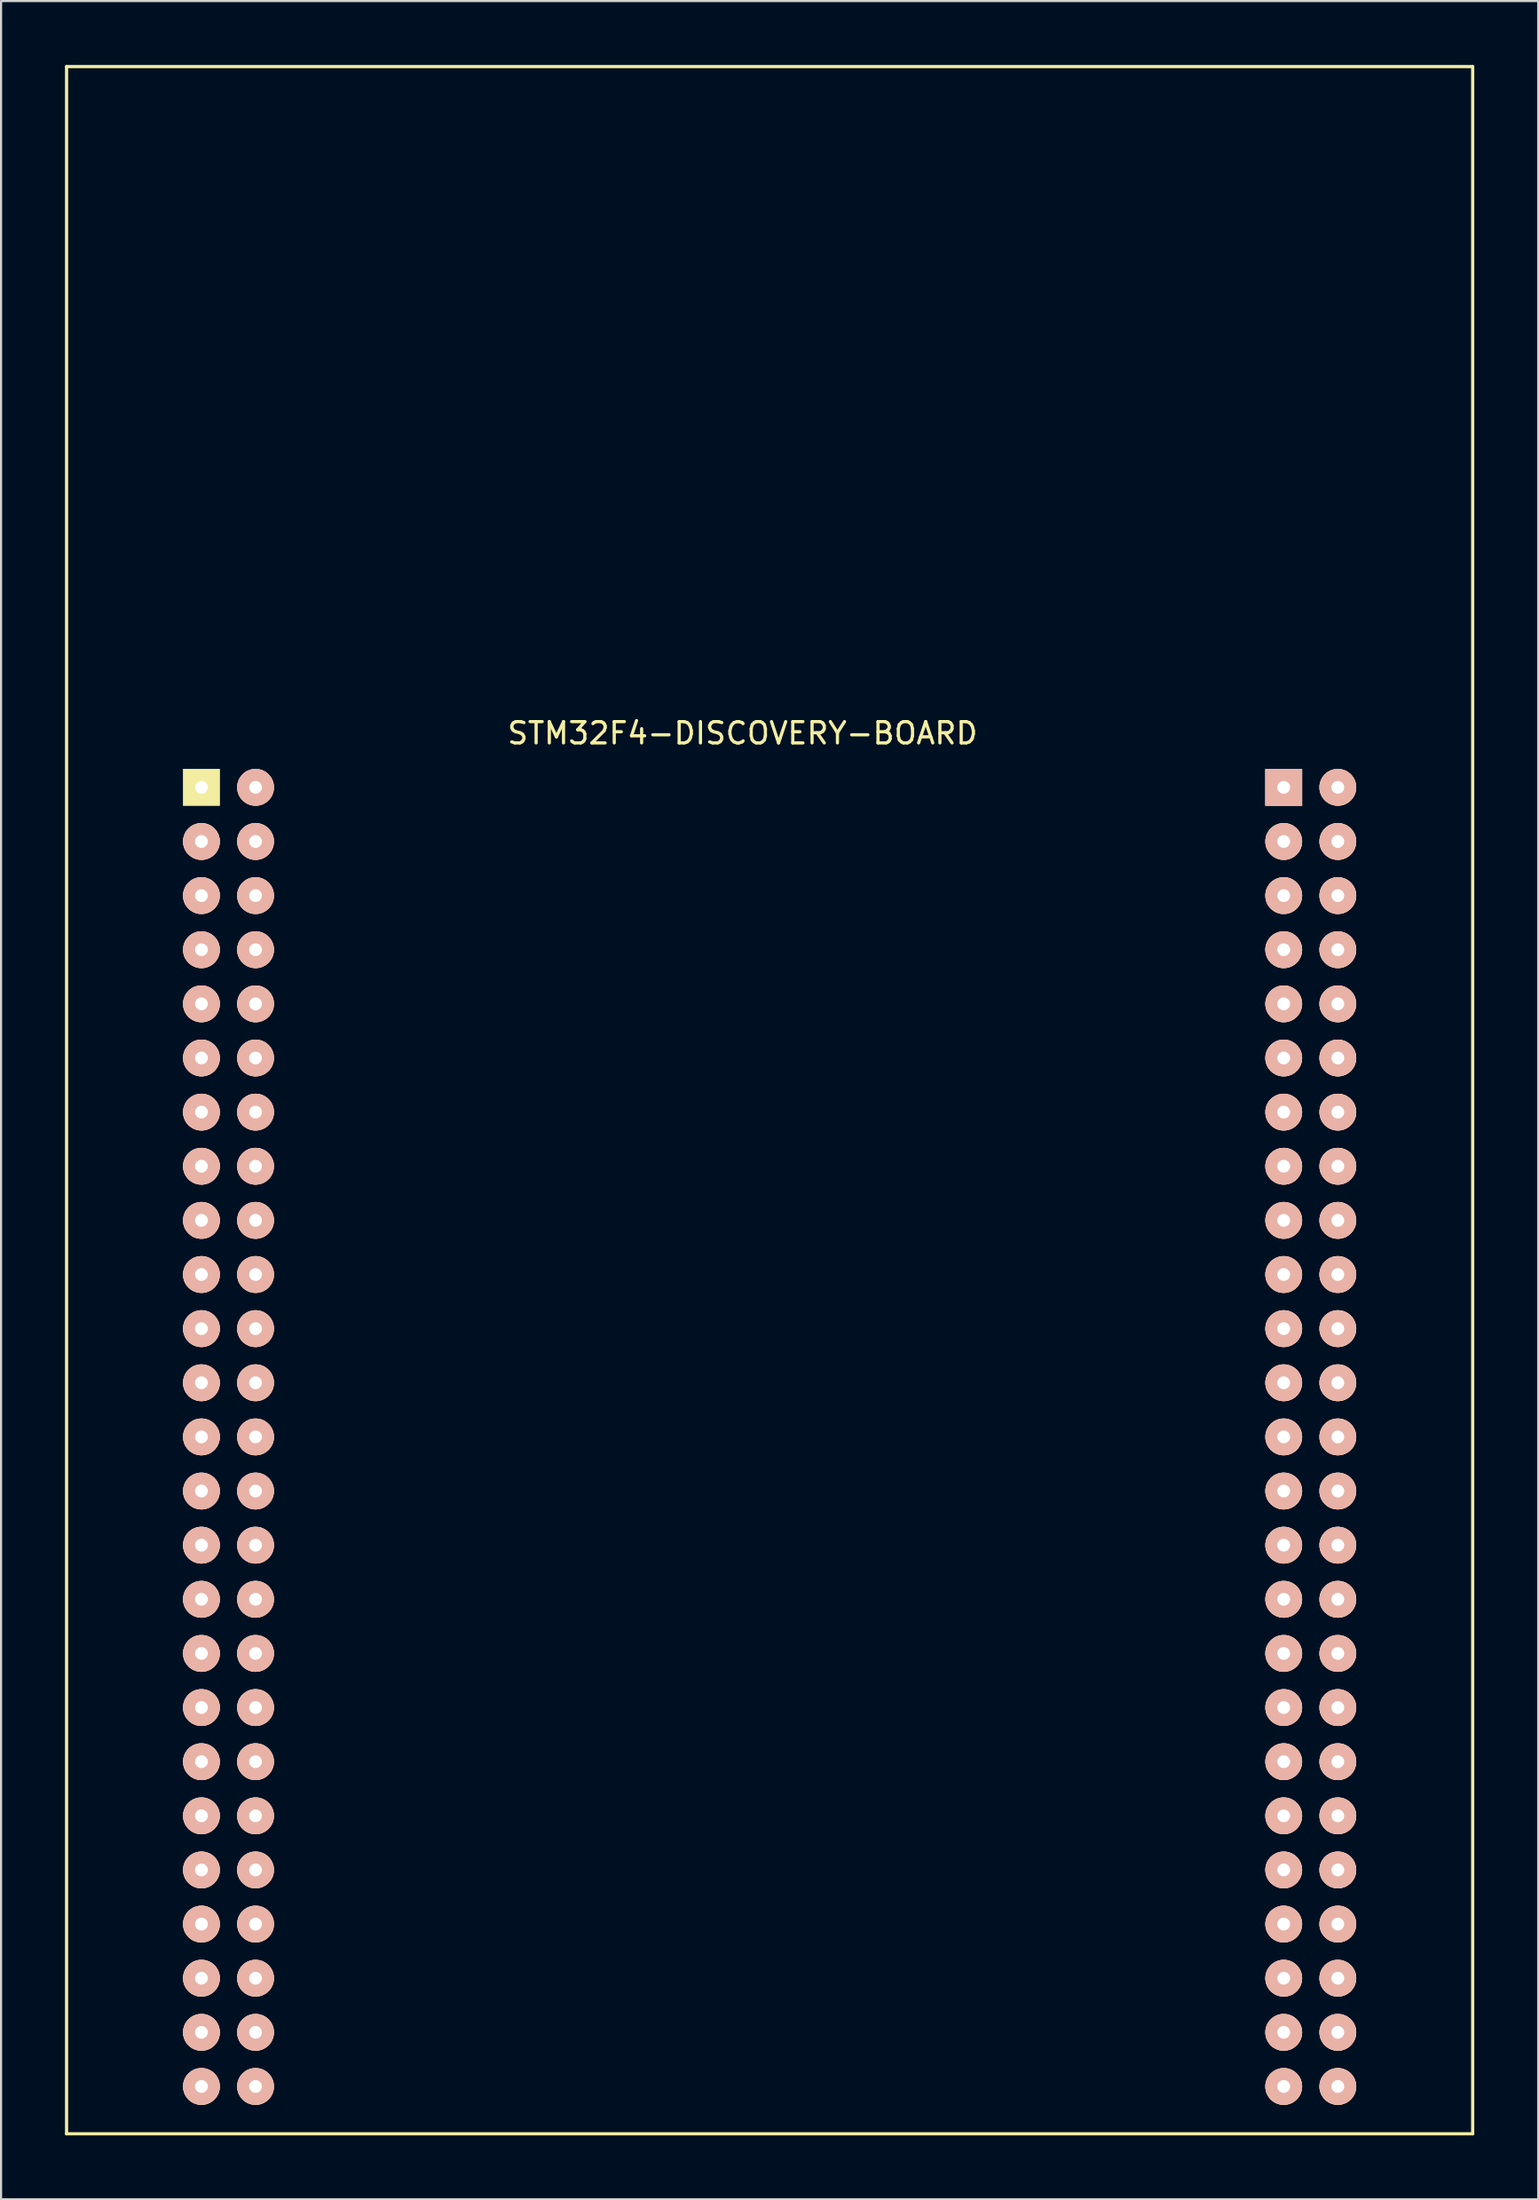
<source format=kicad_pcb>
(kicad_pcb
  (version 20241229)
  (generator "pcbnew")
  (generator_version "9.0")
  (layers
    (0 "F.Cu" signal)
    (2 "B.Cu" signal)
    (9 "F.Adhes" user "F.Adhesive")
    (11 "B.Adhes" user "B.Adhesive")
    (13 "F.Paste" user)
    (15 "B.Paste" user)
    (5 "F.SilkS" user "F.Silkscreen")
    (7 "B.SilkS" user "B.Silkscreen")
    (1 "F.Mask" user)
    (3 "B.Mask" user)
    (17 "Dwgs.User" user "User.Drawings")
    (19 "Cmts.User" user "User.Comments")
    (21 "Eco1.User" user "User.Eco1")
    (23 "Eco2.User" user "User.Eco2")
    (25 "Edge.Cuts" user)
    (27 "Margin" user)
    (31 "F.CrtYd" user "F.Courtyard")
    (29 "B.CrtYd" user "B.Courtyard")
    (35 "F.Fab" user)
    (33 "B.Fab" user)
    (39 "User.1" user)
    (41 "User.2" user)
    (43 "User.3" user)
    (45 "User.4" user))
  (footprint "STM32F4-DISCOVERY-BOARD"
    (layer "F.Cu")
    (at 6.405 33.895)
    (property "Reference" "STM32F4-DISCOVERY-BOARD" (at 25.4 -2.54 0) (layer "F.SilkS") (effects (font (size 1 1) (thickness 0.15))))
    (attr through_hole)
    (fp_line (start -6.33 -33.82) (end 59.67 -33.82) (stroke (width 0.15) (type solid)) (layer "F.SilkS"))
    (fp_line (start -6.33 63.18) (end -6.33 -33.82) (stroke (width 0.15) (type solid)) (layer "F.SilkS"))
    (fp_line (start 59.67 -33.82) (end 59.67 63.18) (stroke (width 0.15) (type solid)) (layer "F.SilkS"))
    (fp_line (start 59.67 63.18) (end -6.33 63.18) (stroke (width 0.15) (type solid)) (layer "F.SilkS"))
    (pad "1" thru_hole rect (at 0 0) (size 1.727 1.727) (drill 0.6) (layers "F.Mask" "B.Cu" "F.SilkS" "F.Paste"))
    (pad "2" thru_hole oval (at 2.54 0) (size 1.727 1.727) (drill 0.6) (layers "*.Paste" "*.SilkS" "*.Mask" "B.Cu"))
    (pad "3" thru_hole oval (at 0 2.54) (size 1.727 1.727) (drill 0.6) (layers "*.Paste" "*.SilkS" "*.Mask" "B.Cu"))
    (pad "4" thru_hole oval (at 2.54 2.54) (size 1.727 1.727) (drill 0.6) (layers "*.Paste" "*.SilkS" "*.Mask" "B.Cu"))
    (pad "5" thru_hole oval (at 0 5.08) (size 1.727 1.727) (drill 0.6) (layers "*.Paste" "*.SilkS" "*.Mask" "B.Cu"))
    (pad "6" thru_hole oval (at 2.54 5.08) (size 1.727 1.727) (drill 0.6) (layers "*.Paste" "*.SilkS" "*.Mask" "B.Cu"))
    (pad "7" thru_hole oval (at 0 7.62) (size 1.727 1.727) (drill 0.6) (layers "*.Paste" "*.SilkS" "*.Mask" "B.Cu"))
    (pad "8" thru_hole oval (at 2.54 7.62) (size 1.727 1.727) (drill 0.6) (layers "*.Paste" "*.SilkS" "*.Mask" "B.Cu"))
    (pad "9" thru_hole oval (at 0 10.16) (size 1.727 1.727) (drill 0.6) (layers "*.Paste" "*.SilkS" "*.Mask" "B.Cu"))
    (pad "10" thru_hole oval (at 2.54 10.16) (size 1.727 1.727) (drill 0.6) (layers "*.Paste" "*.SilkS" "*.Mask" "B.Cu"))
    (pad "11" thru_hole oval (at 0 12.7) (size 1.727 1.727) (drill 0.6) (layers "*.Paste" "*.SilkS" "*.Mask" "B.Cu"))
    (pad "12" thru_hole oval (at 2.54 12.7) (size 1.727 1.727) (drill 0.6) (layers "*.Paste" "*.SilkS" "*.Mask" "B.Cu"))
    (pad "13" thru_hole oval (at 0 15.24) (size 1.727 1.727) (drill 0.6) (layers "*.Paste" "*.SilkS" "*.Mask" "B.Cu"))
    (pad "14" thru_hole oval (at 2.54 15.24) (size 1.727 1.727) (drill 0.6) (layers "*.Paste" "*.SilkS" "*.Mask" "B.Cu"))
    (pad "15" thru_hole oval (at 0 17.78) (size 1.727 1.727) (drill 0.6) (layers "*.Paste" "*.SilkS" "*.Mask" "B.Cu"))
    (pad "16" thru_hole oval (at 2.54 17.78) (size 1.727 1.727) (drill 0.6) (layers "*.Paste" "*.SilkS" "*.Mask" "B.Cu"))
    (pad "17" thru_hole oval (at 0 20.32) (size 1.727 1.727) (drill 0.6) (layers "*.Paste" "*.SilkS" "*.Mask" "B.Cu"))
    (pad "18" thru_hole oval (at 2.54 20.32) (size 1.727 1.727) (drill 0.6) (layers "*.Paste" "*.SilkS" "*.Mask" "B.Cu"))
    (pad "19" thru_hole oval (at 0 22.86) (size 1.727 1.727) (drill 0.6) (layers "*.Paste" "*.SilkS" "*.Mask" "B.Cu"))
    (pad "20" thru_hole oval (at 2.54 22.86) (size 1.727 1.727) (drill 0.6) (layers "*.Paste" "*.SilkS" "*.Mask" "B.Cu"))
    (pad "21" thru_hole oval (at 0 25.4) (size 1.727 1.727) (drill 0.6) (layers "*.Paste" "*.SilkS" "*.Mask" "B.Cu"))
    (pad "22" thru_hole oval (at 2.54 25.4) (size 1.727 1.727) (drill 0.6) (layers "*.Paste" "*.SilkS" "*.Mask" "B.Cu"))
    (pad "23" thru_hole oval (at 0 27.94) (size 1.727 1.727) (drill 0.6) (layers "*.Paste" "*.SilkS" "*.Mask" "B.Cu"))
    (pad "24" thru_hole oval (at 2.54 27.94) (size 1.727 1.727) (drill 0.6) (layers "*.Paste" "*.SilkS" "*.Mask" "B.Cu"))
    (pad "25" thru_hole oval (at 0 30.48) (size 1.727 1.727) (drill 0.6) (layers "*.Paste" "*.SilkS" "*.Mask" "B.Cu"))
    (pad "26" thru_hole oval (at 2.54 30.48) (size 1.727 1.727) (drill 0.6) (layers "*.Paste" "*.SilkS" "*.Mask" "B.Cu"))
    (pad "27" thru_hole oval (at 0 33.02) (size 1.727 1.727) (drill 0.6) (layers "*.Paste" "*.SilkS" "*.Mask" "B.Cu"))
    (pad "28" thru_hole oval (at 2.54 33.02) (size 1.727 1.727) (drill 0.6) (layers "*.Paste" "*.SilkS" "*.Mask" "B.Cu"))
    (pad "29" thru_hole oval (at 0 35.56) (size 1.727 1.727) (drill 0.6) (layers "*.Paste" "*.SilkS" "*.Mask" "B.Cu"))
    (pad "30" thru_hole oval (at 2.54 35.56) (size 1.727 1.727) (drill 0.6) (layers "*.Paste" "*.SilkS" "*.Mask" "B.Cu"))
    (pad "31" thru_hole oval (at 0 38.1) (size 1.727 1.727) (drill 0.6) (layers "*.Paste" "*.SilkS" "*.Mask" "B.Cu"))
    (pad "32" thru_hole oval (at 2.54 38.1) (size 1.727 1.727) (drill 0.6) (layers "*.Paste" "*.SilkS" "*.Mask" "B.Cu"))
    (pad "33" thru_hole oval (at 0 40.64) (size 1.727 1.727) (drill 0.6) (layers "*.Paste" "*.SilkS" "*.Mask" "B.Cu"))
    (pad "34" thru_hole oval (at 2.54 40.64) (size 1.727 1.727) (drill 0.6) (layers "*.Paste" "*.SilkS" "*.Mask" "B.Cu"))
    (pad "35" thru_hole oval (at 0 43.18) (size 1.727 1.727) (drill 0.6) (layers "*.Paste" "*.SilkS" "*.Mask" "B.Cu"))
    (pad "36" thru_hole oval (at 2.54 43.18) (size 1.727 1.727) (drill 0.6) (layers "*.Paste" "*.SilkS" "*.Mask" "B.Cu"))
    (pad "37" thru_hole oval (at 0 45.72) (size 1.727 1.727) (drill 0.6) (layers "*.Paste" "*.SilkS" "*.Mask" "B.Cu"))
    (pad "38" thru_hole oval (at 2.54 45.72) (size 1.727 1.727) (drill 0.6) (layers "*.Paste" "*.SilkS" "*.Mask" "B.Cu"))
    (pad "39" thru_hole oval (at 0 48.26) (size 1.727 1.727) (drill 0.6) (layers "*.Paste" "*.SilkS" "*.Mask" "B.Cu"))
    (pad "40" thru_hole oval (at 2.54 48.26) (size 1.727 1.727) (drill 0.6) (layers "*.Paste" "*.SilkS" "*.Mask" "B.Cu"))
    (pad "41" thru_hole oval (at 0 50.8) (size 1.727 1.727) (drill 0.6) (layers "*.Paste" "*.SilkS" "*.Mask" "B.Cu"))
    (pad "42" thru_hole oval (at 2.54 50.8) (size 1.727 1.727) (drill 0.6) (layers "*.Paste" "*.SilkS" "*.Mask" "B.Cu"))
    (pad "43" thru_hole oval (at 0 53.34) (size 1.727 1.727) (drill 0.6) (layers "*.Paste" "*.SilkS" "*.Mask" "B.Cu"))
    (pad "44" thru_hole oval (at 2.54 53.34) (size 1.727 1.727) (drill 0.6) (layers "*.Paste" "*.SilkS" "*.Mask" "B.Cu"))
    (pad "45" thru_hole oval (at 0 55.88) (size 1.727 1.727) (drill 0.6) (layers "*.Paste" "*.SilkS" "*.Mask" "B.Cu"))
    (pad "46" thru_hole oval (at 2.54 55.88) (size 1.727 1.727) (drill 0.6) (layers "*.Paste" "*.SilkS" "*.Mask" "B.Cu"))
    (pad "47" thru_hole oval (at 0 58.42) (size 1.727 1.727) (drill 0.6) (layers "*.Paste" "*.SilkS" "*.Mask" "B.Cu"))
    (pad "48" thru_hole oval (at 2.54 58.42) (size 1.727 1.727) (drill 0.6) (layers "*.Paste" "*.SilkS" "*.Mask" "B.Cu"))
    (pad "49" thru_hole oval (at 0 60.96) (size 1.727 1.727) (drill 0.6) (layers "*.Paste" "*.SilkS" "*.Mask" "B.Cu"))
    (pad "50" thru_hole oval (at 2.54 60.96) (size 1.727 1.727) (drill 0.6) (layers "*.Paste" "*.SilkS" "*.Mask" "B.Cu"))
    (pad "51" thru_hole rect (at 50.8 0) (size 1.727 1.727) (drill 0.6) (layers "*.Paste" "*.SilkS" "*.Mask" "B.Cu"))
    (pad "52" thru_hole circle (at 53.34 0) (size 1.727 1.727) (drill 0.6) (layers "*.Paste" "*.SilkS" "*.Mask" "B.Cu"))
    (pad "53" thru_hole circle (at 50.8 2.54) (size 1.727 1.727) (drill 0.6) (layers "*.Paste" "*.SilkS" "*.Mask" "B.Cu"))
    (pad "54" thru_hole circle (at 53.34 2.54) (size 1.727 1.727) (drill 0.6) (layers "*.Paste" "*.SilkS" "*.Mask" "B.Cu"))
    (pad "55" thru_hole circle (at 50.8 5.08) (size 1.727 1.727) (drill 0.6) (layers "*.Paste" "*.SilkS" "*.Mask" "B.Cu"))
    (pad "56" thru_hole circle (at 53.34 5.08) (size 1.727 1.727) (drill 0.6) (layers "*.Paste" "*.SilkS" "*.Mask" "B.Cu"))
    (pad "57" thru_hole circle (at 50.8 7.62) (size 1.727 1.727) (drill 0.6) (layers "*.Paste" "*.SilkS" "*.Mask" "B.Cu"))
    (pad "58" thru_hole circle (at 53.34 7.62) (size 1.727 1.727) (drill 0.6) (layers "*.Paste" "*.SilkS" "*.Mask" "B.Cu"))
    (pad "59" thru_hole circle (at 50.8 10.16) (size 1.727 1.727) (drill 0.6) (layers "*.Paste" "*.SilkS" "*.Mask" "B.Cu"))
    (pad "60" thru_hole circle (at 53.34 10.16) (size 1.727 1.727) (drill 0.6) (layers "*.Paste" "*.SilkS" "*.Mask" "B.Cu"))
    (pad "61" thru_hole circle (at 50.8 12.7) (size 1.727 1.727) (drill 0.6) (layers "*.Paste" "*.SilkS" "*.Mask" "B.Cu"))
    (pad "62" thru_hole circle (at 53.34 12.7) (size 1.727 1.727) (drill 0.6) (layers "*.Paste" "*.SilkS" "*.Mask" "B.Cu"))
    (pad "63" thru_hole circle (at 50.8 15.24) (size 1.727 1.727) (drill 0.6) (layers "*.Paste" "*.SilkS" "*.Mask" "B.Cu"))
    (pad "64" thru_hole circle (at 53.34 15.24) (size 1.727 1.727) (drill 0.6) (layers "*.Paste" "*.SilkS" "*.Mask" "B.Cu"))
    (pad "65" thru_hole circle (at 50.8 17.78) (size 1.727 1.727) (drill 0.6) (layers "*.Paste" "*.SilkS" "*.Mask" "B.Cu"))
    (pad "66" thru_hole circle (at 53.34 17.78) (size 1.727 1.727) (drill 0.6) (layers "*.Paste" "*.SilkS" "*.Mask" "B.Cu"))
    (pad "67" thru_hole circle (at 50.8 20.32) (size 1.727 1.727) (drill 0.6) (layers "*.Paste" "*.SilkS" "*.Mask" "B.Cu"))
    (pad "68" thru_hole circle (at 53.34 20.32) (size 1.727 1.727) (drill 0.6) (layers "*.Paste" "*.SilkS" "*.Mask" "B.Cu"))
    (pad "69" thru_hole circle (at 50.8 22.86) (size 1.727 1.727) (drill 0.6) (layers "*.Paste" "*.SilkS" "*.Mask" "B.Cu"))
    (pad "70" thru_hole circle (at 53.34 22.86) (size 1.727 1.727) (drill 0.6) (layers "*.Paste" "*.SilkS" "*.Mask" "B.Cu"))
    (pad "71" thru_hole circle (at 50.8 25.4) (size 1.727 1.727) (drill 0.6) (layers "*.Paste" "*.SilkS" "*.Mask" "B.Cu"))
    (pad "72" thru_hole circle (at 53.34 25.4) (size 1.727 1.727) (drill 0.6) (layers "*.Paste" "*.SilkS" "*.Mask" "B.Cu"))
    (pad "73" thru_hole circle (at 50.8 27.94) (size 1.727 1.727) (drill 0.6) (layers "*.Paste" "*.SilkS" "*.Mask" "B.Cu"))
    (pad "74" thru_hole circle (at 53.34 27.94) (size 1.727 1.727) (drill 0.6) (layers "*.Paste" "*.SilkS" "*.Mask" "B.Cu"))
    (pad "75" thru_hole circle (at 50.8 30.48) (size 1.727 1.727) (drill 0.6) (layers "*.Paste" "*.SilkS" "*.Mask" "B.Cu"))
    (pad "76" thru_hole circle (at 53.34 30.48) (size 1.727 1.727) (drill 0.6) (layers "*.Paste" "*.SilkS" "*.Mask" "B.Cu"))
    (pad "77" thru_hole circle (at 50.8 33.02) (size 1.727 1.727) (drill 0.6) (layers "*.Paste" "*.SilkS" "*.Mask" "B.Cu"))
    (pad "78" thru_hole circle (at 53.34 33.02) (size 1.727 1.727) (drill 0.6) (layers "*.Paste" "*.SilkS" "*.Mask" "B.Cu"))
    (pad "79" thru_hole circle (at 50.8 35.56) (size 1.727 1.727) (drill 0.6) (layers "*.Paste" "*.SilkS" "*.Mask" "B.Cu"))
    (pad "80" thru_hole circle (at 53.34 35.56) (size 1.727 1.727) (drill 0.6) (layers "*.Paste" "*.SilkS" "*.Mask" "B.Cu"))
    (pad "81" thru_hole circle (at 50.8 38.1) (size 1.727 1.727) (drill 0.6) (layers "*.Paste" "*.SilkS" "*.Mask" "B.Cu"))
    (pad "82" thru_hole circle (at 53.34 38.1) (size 1.727 1.727) (drill 0.6) (layers "*.Paste" "*.SilkS" "*.Mask" "B.Cu"))
    (pad "83" thru_hole circle (at 50.8 40.64) (size 1.727 1.727) (drill 0.6) (layers "*.Paste" "*.SilkS" "*.Mask" "B.Cu"))
    (pad "84" thru_hole circle (at 53.34 40.64) (size 1.727 1.727) (drill 0.6) (layers "*.Paste" "*.SilkS" "*.Mask" "B.Cu"))
    (pad "85" thru_hole circle (at 50.8 43.18) (size 1.727 1.727) (drill 0.6) (layers "*.Paste" "*.SilkS" "*.Mask" "B.Cu"))
    (pad "86" thru_hole circle (at 53.34 43.18) (size 1.727 1.727) (drill 0.6) (layers "*.Paste" "*.SilkS" "*.Mask" "B.Cu"))
    (pad "87" thru_hole circle (at 50.8 45.72) (size 1.727 1.727) (drill 0.6) (layers "*.Paste" "*.SilkS" "*.Mask" "B.Cu"))
    (pad "88" thru_hole circle (at 53.34 45.72) (size 1.727 1.727) (drill 0.6) (layers "*.Paste" "*.SilkS" "*.Mask" "B.Cu"))
    (pad "89" thru_hole circle (at 50.8 48.26) (size 1.727 1.727) (drill 0.6) (layers "*.Paste" "*.SilkS" "*.Mask" "B.Cu"))
    (pad "90" thru_hole circle (at 53.34 48.26) (size 1.727 1.727) (drill 0.6) (layers "*.Paste" "*.SilkS" "*.Mask" "B.Cu"))
    (pad "91" thru_hole circle (at 50.8 50.8) (size 1.727 1.727) (drill 0.6) (layers "*.Paste" "*.SilkS" "*.Mask" "B.Cu"))
    (pad "92" thru_hole circle (at 53.34 50.8) (size 1.727 1.727) (drill 0.6) (layers "*.Paste" "*.SilkS" "*.Mask" "B.Cu"))
    (pad "93" thru_hole circle (at 50.8 53.34) (size 1.727 1.727) (drill 0.6) (layers "*.Paste" "*.SilkS" "*.Mask" "B.Cu"))
    (pad "94" thru_hole circle (at 53.34 53.34) (size 1.727 1.727) (drill 0.6) (layers "*.Paste" "*.SilkS" "*.Mask" "B.Cu"))
    (pad "95" thru_hole circle (at 50.8 55.88) (size 1.727 1.727) (drill 0.6) (layers "*.Paste" "*.SilkS" "*.Mask" "B.Cu"))
    (pad "96" thru_hole circle (at 53.34 55.88) (size 1.727 1.727) (drill 0.6) (layers "*.Paste" "*.SilkS" "*.Mask" "B.Cu"))
    (pad "97" thru_hole circle (at 50.8 58.42) (size 1.727 1.727) (drill 0.6) (layers "*.Paste" "*.SilkS" "*.Mask" "B.Cu"))
    (pad "98" thru_hole circle (at 53.34 58.42) (size 1.727 1.727) (drill 0.6) (layers "*.Paste" "*.SilkS" "*.Mask" "B.Cu"))
    (pad "99" thru_hole circle (at 50.8 60.96) (size 1.727 1.727) (drill 0.6) (layers "*.Paste" "*.SilkS" "*.Mask" "B.Cu"))
    (pad "100" thru_hole circle (at 53.34 60.96) (size 1.727 1.727) (drill 0.6) (layers "*.Paste" "*.SilkS" "*.Mask" "B.Cu")))
  (gr_rect
    (start -3 -3)
    (end 69.15 100.15)
    (stroke (width 0.1) (type default))
    (fill no)
    (layer "Edge.Cuts")))
</source>
